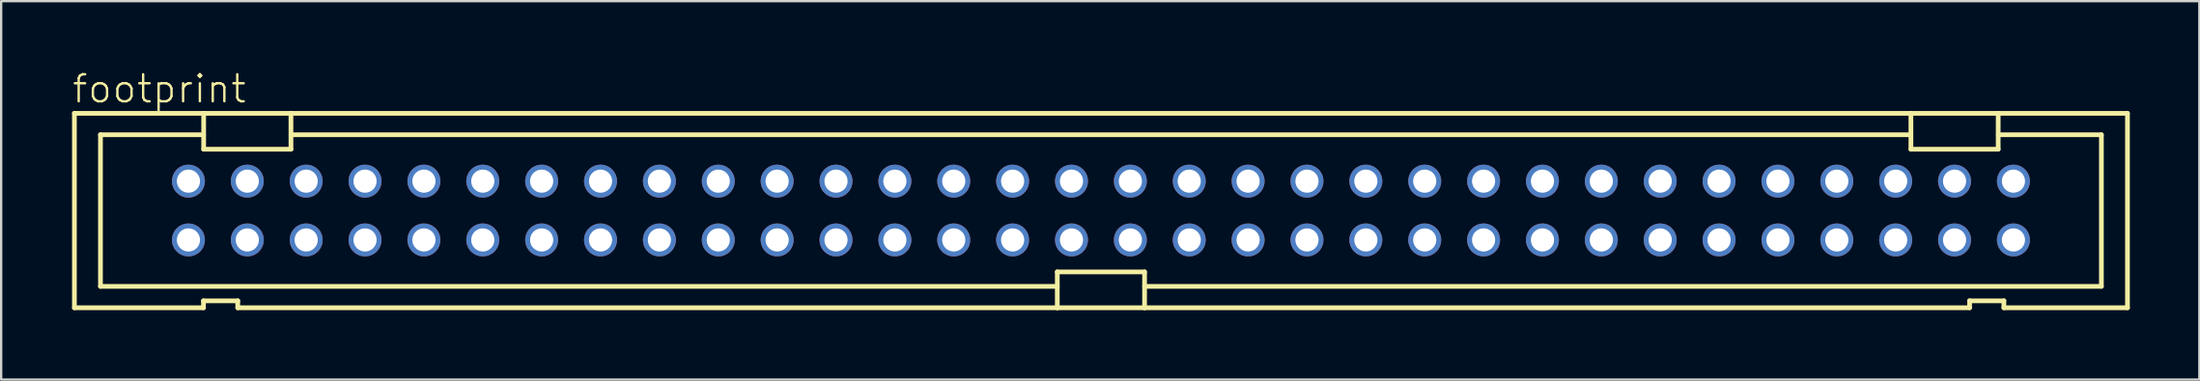
<source format=kicad_pcb>
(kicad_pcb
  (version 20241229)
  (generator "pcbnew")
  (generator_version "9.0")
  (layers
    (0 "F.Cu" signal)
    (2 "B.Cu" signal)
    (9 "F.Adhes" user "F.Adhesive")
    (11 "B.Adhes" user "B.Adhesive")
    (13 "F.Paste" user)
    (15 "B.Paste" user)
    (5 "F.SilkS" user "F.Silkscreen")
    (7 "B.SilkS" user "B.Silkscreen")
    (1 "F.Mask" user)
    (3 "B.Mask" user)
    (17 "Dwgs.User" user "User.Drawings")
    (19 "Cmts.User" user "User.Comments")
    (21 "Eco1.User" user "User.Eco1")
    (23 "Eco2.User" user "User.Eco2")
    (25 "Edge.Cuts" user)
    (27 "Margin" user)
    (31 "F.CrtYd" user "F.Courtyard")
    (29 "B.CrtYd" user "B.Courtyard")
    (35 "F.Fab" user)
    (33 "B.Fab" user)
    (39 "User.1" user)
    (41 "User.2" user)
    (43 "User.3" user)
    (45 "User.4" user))
  (footprint "footprint"
    (layer "F.Cu")
    (at 44.45 6.045)
    (property "Reference" "footprint" (at -44.45 -4.572 0) (layer "F.SilkS") (effects (font (size 1.168 1.168) (thickness 0.102)) (justify left bottom)))
    (fp_line (start -44.29 -4.2) (end -38.713 -4.2) (stroke (width 0.203) (type solid)) (layer "F.SilkS"))
    (fp_line (start -44.29 4.2) (end -44.29 -4.2) (stroke (width 0.203) (type solid)) (layer "F.SilkS"))
    (fp_line (start -43.165 -3.275) (end -38.72 -3.275) (stroke (width 0.203) (type solid)) (layer "F.SilkS"))
    (fp_line (start -43.165 3.275) (end -43.165 -3.275) (stroke (width 0.203) (type solid)) (layer "F.SilkS"))
    (fp_line (start -38.721 3.9) (end -38.721 4.2) (stroke (width 0.203) (type solid)) (layer "F.SilkS"))
    (fp_line (start -38.721 4.2) (end -44.29 4.2) (stroke (width 0.203) (type solid)) (layer "F.SilkS"))
    (fp_line (start -38.713 -4.2) (end -38.713 -2.65) (stroke (width 0.203) (type solid)) (layer "F.SilkS"))
    (fp_line (start -38.713 -4.2) (end -34.947 -4.2) (stroke (width 0.203) (type solid)) (layer "F.SilkS"))
    (fp_line (start -38.713 -2.65) (end -34.947 -2.65) (stroke (width 0.203) (type solid)) (layer "F.SilkS"))
    (fp_line (start -37.242 3.9) (end -38.721 3.9) (stroke (width 0.203) (type solid)) (layer "F.SilkS"))
    (fp_line (start -37.242 4.2) (end -37.242 3.9) (stroke (width 0.203) (type solid)) (layer "F.SilkS"))
    (fp_line (start -34.947 -4.2) (end 34.947 -4.2) (stroke (width 0.203) (type solid)) (layer "F.SilkS"))
    (fp_line (start -34.947 -2.65) (end -34.947 -4.2) (stroke (width 0.203) (type solid)) (layer "F.SilkS"))
    (fp_line (start -34.945 -3.275) (end 34.945 -3.275) (stroke (width 0.203) (type solid)) (layer "F.SilkS"))
    (fp_line (start -1.883 2.65) (end -1.883 4.2) (stroke (width 0.203) (type solid)) (layer "F.SilkS"))
    (fp_line (start -1.883 3.275) (end -43.165 3.275) (stroke (width 0.203) (type solid)) (layer "F.SilkS"))
    (fp_line (start -1.883 4.2) (end -37.242 4.2) (stroke (width 0.203) (type solid)) (layer "F.SilkS"))
    (fp_line (start 1.883 2.65) (end -1.883 2.65) (stroke (width 0.203) (type solid)) (layer "F.SilkS"))
    (fp_line (start 1.883 4.2) (end -1.883 4.2) (stroke (width 0.203) (type solid)) (layer "F.SilkS"))
    (fp_line (start 1.883 4.2) (end 1.883 2.65) (stroke (width 0.203) (type solid)) (layer "F.SilkS"))
    (fp_line (start 34.947 -4.2) (end 34.947 -2.65) (stroke (width 0.203) (type solid)) (layer "F.SilkS"))
    (fp_line (start 34.947 -4.2) (end 38.713 -4.2) (stroke (width 0.203) (type solid)) (layer "F.SilkS"))
    (fp_line (start 34.947 -2.65) (end 38.713 -2.65) (stroke (width 0.203) (type solid)) (layer "F.SilkS"))
    (fp_line (start 37.479 3.9) (end 37.479 4.2) (stroke (width 0.203) (type solid)) (layer "F.SilkS"))
    (fp_line (start 37.479 4.2) (end 1.883 4.2) (stroke (width 0.203) (type solid)) (layer "F.SilkS"))
    (fp_line (start 38.713 -4.2) (end 44.29 -4.2) (stroke (width 0.203) (type solid)) (layer "F.SilkS"))
    (fp_line (start 38.713 -2.65) (end 38.713 -4.2) (stroke (width 0.203) (type solid)) (layer "F.SilkS"))
    (fp_line (start 38.72 -3.275) (end 43.165 -3.275) (stroke (width 0.203) (type solid)) (layer "F.SilkS"))
    (fp_line (start 38.958 3.9) (end 37.479 3.9) (stroke (width 0.203) (type solid)) (layer "F.SilkS"))
    (fp_line (start 38.958 4.2) (end 38.958 3.9) (stroke (width 0.203) (type solid)) (layer "F.SilkS"))
    (fp_line (start 43.165 -3.275) (end 43.165 3.275) (stroke (width 0.203) (type solid)) (layer "F.SilkS"))
    (fp_line (start 43.165 3.275) (end 1.883 3.275) (stroke (width 0.203) (type solid)) (layer "F.SilkS"))
    (fp_line (start 44.29 -4.2) (end 44.29 4.2) (stroke (width 0.203) (type solid)) (layer "F.SilkS"))
    (fp_line (start 44.29 4.2) (end 38.958 4.2) (stroke (width 0.203) (type solid)) (layer "F.SilkS"))
    (pad "1" thru_hole circle (at -39.37 1.27) (size 1.422 1.422) (drill 1) (layers "*.Cu" "*.Mask"))
    (pad "2" thru_hole circle (at -39.37 -1.27) (size 1.422 1.422) (drill 1) (layers "*.Cu" "*.Mask"))
    (pad "3" thru_hole circle (at -36.83 1.27) (size 1.422 1.422) (drill 1) (layers "*.Cu" "*.Mask"))
    (pad "4" thru_hole circle (at -36.83 -1.27) (size 1.422 1.422) (drill 1) (layers "*.Cu" "*.Mask"))
    (pad "5" thru_hole circle (at -34.29 1.27) (size 1.422 1.422) (drill 1) (layers "*.Cu" "*.Mask"))
    (pad "6" thru_hole circle (at -34.29 -1.27) (size 1.422 1.422) (drill 1) (layers "*.Cu" "*.Mask"))
    (pad "7" thru_hole circle (at -31.75 1.27) (size 1.422 1.422) (drill 1) (layers "*.Cu" "*.Mask"))
    (pad "8" thru_hole circle (at -31.75 -1.27) (size 1.422 1.422) (drill 1) (layers "*.Cu" "*.Mask"))
    (pad "9" thru_hole circle (at -29.21 1.27) (size 1.422 1.422) (drill 1) (layers "*.Cu" "*.Mask"))
    (pad "10" thru_hole circle (at -29.21 -1.27) (size 1.422 1.422) (drill 1) (layers "*.Cu" "*.Mask"))
    (pad "11" thru_hole circle (at -26.67 1.27) (size 1.422 1.422) (drill 1) (layers "*.Cu" "*.Mask"))
    (pad "12" thru_hole circle (at -26.67 -1.27) (size 1.422 1.422) (drill 1) (layers "*.Cu" "*.Mask"))
    (pad "13" thru_hole circle (at -24.13 1.27) (size 1.422 1.422) (drill 1) (layers "*.Cu" "*.Mask"))
    (pad "14" thru_hole circle (at -24.13 -1.27) (size 1.422 1.422) (drill 1) (layers "*.Cu" "*.Mask"))
    (pad "15" thru_hole circle (at -21.59 1.27) (size 1.422 1.422) (drill 1) (layers "*.Cu" "*.Mask"))
    (pad "16" thru_hole circle (at -21.59 -1.27) (size 1.422 1.422) (drill 1) (layers "*.Cu" "*.Mask"))
    (pad "17" thru_hole circle (at -19.05 1.27) (size 1.422 1.422) (drill 1) (layers "*.Cu" "*.Mask"))
    (pad "18" thru_hole circle (at -19.05 -1.27) (size 1.422 1.422) (drill 1) (layers "*.Cu" "*.Mask"))
    (pad "19" thru_hole circle (at -16.51 1.27) (size 1.422 1.422) (drill 1) (layers "*.Cu" "*.Mask"))
    (pad "20" thru_hole circle (at -16.51 -1.27) (size 1.422 1.422) (drill 1) (layers "*.Cu" "*.Mask"))
    (pad "21" thru_hole circle (at -13.97 1.27) (size 1.422 1.422) (drill 1) (layers "*.Cu" "*.Mask"))
    (pad "22" thru_hole circle (at -13.97 -1.27) (size 1.422 1.422) (drill 1) (layers "*.Cu" "*.Mask"))
    (pad "23" thru_hole circle (at -11.43 1.27) (size 1.422 1.422) (drill 1) (layers "*.Cu" "*.Mask"))
    (pad "24" thru_hole circle (at -11.43 -1.27) (size 1.422 1.422) (drill 1) (layers "*.Cu" "*.Mask"))
    (pad "25" thru_hole circle (at -8.89 1.27) (size 1.422 1.422) (drill 1) (layers "*.Cu" "*.Mask"))
    (pad "26" thru_hole circle (at -8.89 -1.27) (size 1.422 1.422) (drill 1) (layers "*.Cu" "*.Mask"))
    (pad "27" thru_hole circle (at -6.35 1.27) (size 1.422 1.422) (drill 1) (layers "*.Cu" "*.Mask"))
    (pad "28" thru_hole circle (at -6.35 -1.27) (size 1.422 1.422) (drill 1) (layers "*.Cu" "*.Mask"))
    (pad "29" thru_hole circle (at -3.81 1.27) (size 1.422 1.422) (drill 1) (layers "*.Cu" "*.Mask"))
    (pad "30" thru_hole circle (at -3.81 -1.27) (size 1.422 1.422) (drill 1) (layers "*.Cu" "*.Mask"))
    (pad "31" thru_hole circle (at -1.27 1.27) (size 1.422 1.422) (drill 1) (layers "*.Cu" "*.Mask"))
    (pad "32" thru_hole circle (at -1.27 -1.27) (size 1.422 1.422) (drill 1) (layers "*.Cu" "*.Mask"))
    (pad "33" thru_hole circle (at 1.27 1.27) (size 1.422 1.422) (drill 1) (layers "*.Cu" "*.Mask"))
    (pad "34" thru_hole circle (at 1.27 -1.27) (size 1.422 1.422) (drill 1) (layers "*.Cu" "*.Mask"))
    (pad "35" thru_hole circle (at 3.81 1.27) (size 1.422 1.422) (drill 1) (layers "*.Cu" "*.Mask"))
    (pad "36" thru_hole circle (at 3.81 -1.27) (size 1.422 1.422) (drill 1) (layers "*.Cu" "*.Mask"))
    (pad "37" thru_hole circle (at 6.35 1.27) (size 1.422 1.422) (drill 1) (layers "*.Cu" "*.Mask"))
    (pad "38" thru_hole circle (at 6.35 -1.27) (size 1.422 1.422) (drill 1) (layers "*.Cu" "*.Mask"))
    (pad "39" thru_hole circle (at 8.89 1.27) (size 1.422 1.422) (drill 1) (layers "*.Cu" "*.Mask"))
    (pad "40" thru_hole circle (at 8.89 -1.27) (size 1.422 1.422) (drill 1) (layers "*.Cu" "*.Mask"))
    (pad "41" thru_hole circle (at 11.43 1.27) (size 1.422 1.422) (drill 1) (layers "*.Cu" "*.Mask"))
    (pad "42" thru_hole circle (at 11.43 -1.27) (size 1.422 1.422) (drill 1) (layers "*.Cu" "*.Mask"))
    (pad "43" thru_hole circle (at 13.97 1.27) (size 1.422 1.422) (drill 1) (layers "*.Cu" "*.Mask"))
    (pad "44" thru_hole circle (at 13.97 -1.27) (size 1.422 1.422) (drill 1) (layers "*.Cu" "*.Mask"))
    (pad "45" thru_hole circle (at 16.51 1.27) (size 1.422 1.422) (drill 1) (layers "*.Cu" "*.Mask"))
    (pad "46" thru_hole circle (at 16.51 -1.27) (size 1.422 1.422) (drill 1) (layers "*.Cu" "*.Mask"))
    (pad "47" thru_hole circle (at 19.05 1.27) (size 1.422 1.422) (drill 1) (layers "*.Cu" "*.Mask"))
    (pad "48" thru_hole circle (at 19.05 -1.27) (size 1.422 1.422) (drill 1) (layers "*.Cu" "*.Mask"))
    (pad "49" thru_hole circle (at 21.59 1.27) (size 1.422 1.422) (drill 1) (layers "*.Cu" "*.Mask"))
    (pad "50" thru_hole circle (at 21.59 -1.27) (size 1.422 1.422) (drill 1) (layers "*.Cu" "*.Mask"))
    (pad "51" thru_hole circle (at 24.13 1.27) (size 1.422 1.422) (drill 1) (layers "*.Cu" "*.Mask"))
    (pad "52" thru_hole circle (at 24.13 -1.27) (size 1.422 1.422) (drill 1) (layers "*.Cu" "*.Mask"))
    (pad "53" thru_hole circle (at 26.67 1.27) (size 1.422 1.422) (drill 1) (layers "*.Cu" "*.Mask"))
    (pad "54" thru_hole circle (at 26.67 -1.27) (size 1.422 1.422) (drill 1) (layers "*.Cu" "*.Mask"))
    (pad "55" thru_hole circle (at 29.21 1.27) (size 1.422 1.422) (drill 1) (layers "*.Cu" "*.Mask"))
    (pad "56" thru_hole circle (at 29.21 -1.27) (size 1.422 1.422) (drill 1) (layers "*.Cu" "*.Mask"))
    (pad "57" thru_hole circle (at 31.75 1.27) (size 1.422 1.422) (drill 1) (layers "*.Cu" "*.Mask"))
    (pad "58" thru_hole circle (at 31.75 -1.27) (size 1.422 1.422) (drill 1) (layers "*.Cu" "*.Mask"))
    (pad "59" thru_hole circle (at 34.29 1.27) (size 1.422 1.422) (drill 1) (layers "*.Cu" "*.Mask"))
    (pad "60" thru_hole circle (at 34.29 -1.27) (size 1.422 1.422) (drill 1) (layers "*.Cu" "*.Mask"))
    (pad "61" thru_hole circle (at 36.83 1.27) (size 1.422 1.422) (drill 1) (layers "*.Cu" "*.Mask"))
    (pad "62" thru_hole circle (at 36.83 -1.27) (size 1.422 1.422) (drill 1) (layers "*.Cu" "*.Mask"))
    (pad "63" thru_hole circle (at 39.37 1.27) (size 1.422 1.422) (drill 1) (layers "*.Cu" "*.Mask"))
    (pad "64" thru_hole circle (at 39.37 -1.27) (size 1.422 1.422) (drill 1) (layers "*.Cu" "*.Mask")))
  (gr_rect
    (start -3 -3)
    (end 91.842 13.347)
    (stroke (width 0.1) (type default))
    (fill no)
    (layer "Edge.Cuts")))
</source>
